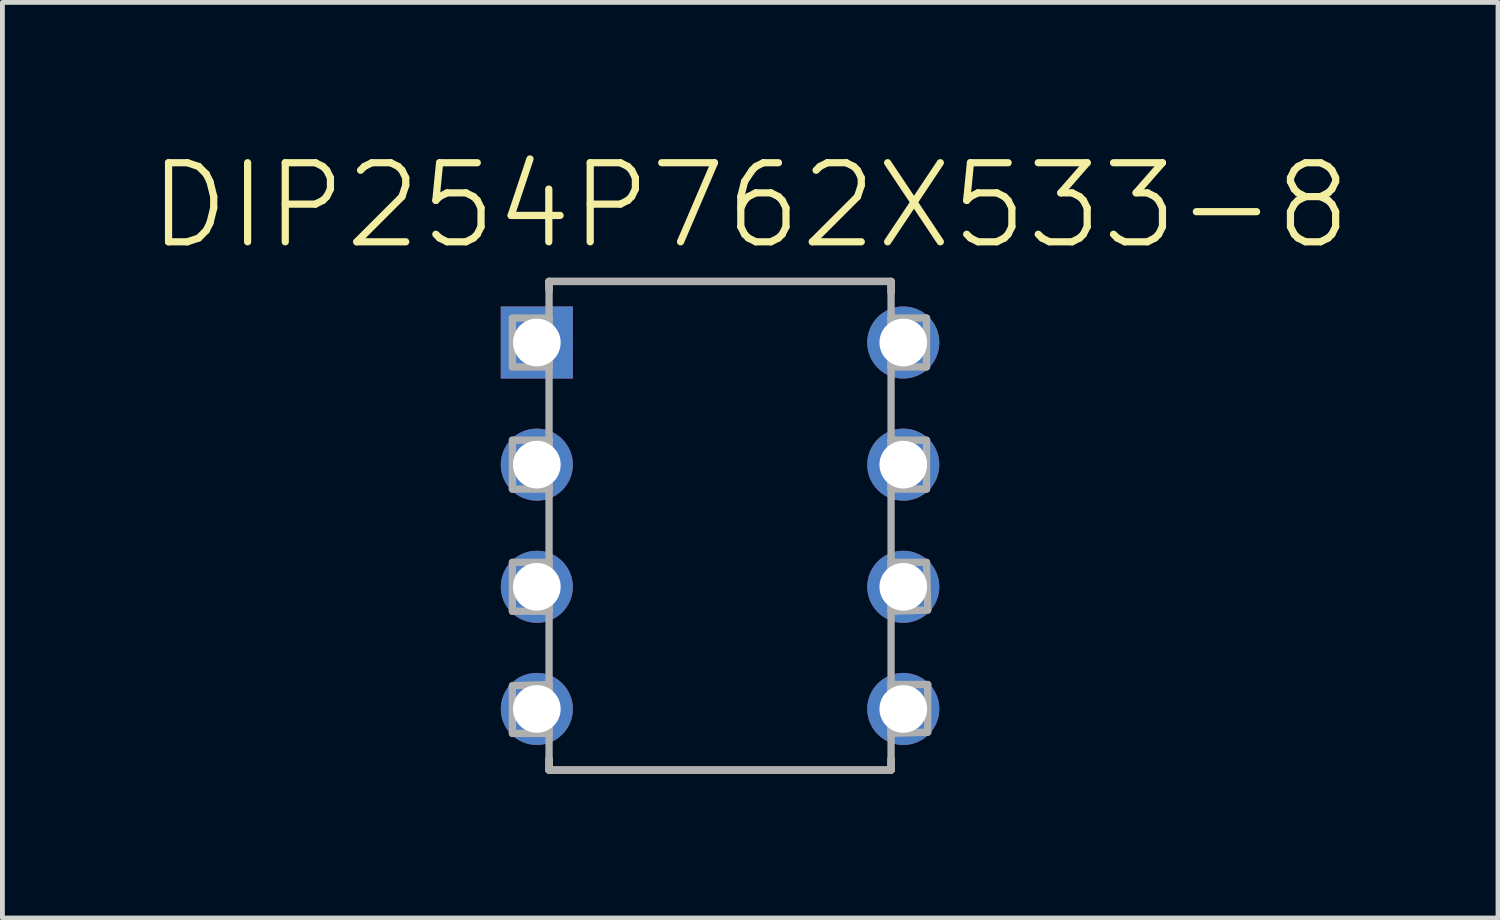
<source format=kicad_pcb>
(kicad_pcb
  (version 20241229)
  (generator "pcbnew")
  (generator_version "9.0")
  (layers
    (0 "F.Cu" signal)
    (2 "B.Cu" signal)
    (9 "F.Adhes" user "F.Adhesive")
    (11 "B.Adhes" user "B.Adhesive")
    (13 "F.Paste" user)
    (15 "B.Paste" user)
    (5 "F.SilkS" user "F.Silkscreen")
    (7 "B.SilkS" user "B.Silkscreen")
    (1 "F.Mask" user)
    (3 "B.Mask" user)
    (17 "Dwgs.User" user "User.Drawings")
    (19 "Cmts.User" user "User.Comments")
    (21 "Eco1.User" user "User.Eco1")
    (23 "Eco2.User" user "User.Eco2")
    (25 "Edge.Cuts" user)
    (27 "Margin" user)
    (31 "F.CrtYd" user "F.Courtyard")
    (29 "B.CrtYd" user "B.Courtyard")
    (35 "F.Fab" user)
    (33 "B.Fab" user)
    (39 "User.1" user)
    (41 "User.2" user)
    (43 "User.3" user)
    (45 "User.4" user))
  (footprint "DIP254P762X533-8"
    (layer "F.Cu")
    (at 15.733 11.692)
    (property "Reference" "DIP254P762X533-8" (at -3.183 -10.467 0) (layer "F.SilkS") (effects (font (size 1.644 1.644) (thickness 0.15))))
    (attr through_hole)
    (fp_line (start -7.366 -8.89) (end -7.366 -8.712) (stroke (width 0.152) (type solid)) (layer "F.SilkS"))
    (fp_line (start -7.366 1.041) (end -7.366 1.27) (stroke (width 0.152) (type solid)) (layer "F.SilkS"))
    (fp_line (start -7.366 1.27) (end -0.254 1.27) (stroke (width 0.152) (type solid)) (layer "F.SilkS"))
    (fp_line (start -0.254 -8.89) (end -7.366 -8.89) (stroke (width 0.152) (type solid)) (layer "F.SilkS"))
    (fp_line (start -0.254 -8.661) (end -0.254 -8.89) (stroke (width 0.152) (type solid)) (layer "F.SilkS"))
    (fp_line (start -0.254 1.27) (end -0.254 1.041) (stroke (width 0.152) (type solid)) (layer "F.SilkS"))
    (fp_line (start -8.128 -8.128) (end -8.128 -7.112) (stroke (width 0.152) (type solid)) (layer "F.Fab"))
    (fp_line (start -8.128 -7.112) (end -7.366 -7.112) (stroke (width 0.152) (type solid)) (layer "F.Fab"))
    (fp_line (start -8.128 -5.588) (end -8.128 -4.572) (stroke (width 0.152) (type solid)) (layer "F.Fab"))
    (fp_line (start -8.128 -4.572) (end -7.366 -4.572) (stroke (width 0.152) (type solid)) (layer "F.Fab"))
    (fp_line (start -8.128 -3.048) (end -8.128 -2.032) (stroke (width 0.152) (type solid)) (layer "F.Fab"))
    (fp_line (start -8.128 -2.032) (end -7.366 -2.032) (stroke (width 0.152) (type solid)) (layer "F.Fab"))
    (fp_line (start -8.128 -0.483) (end -8.128 0.508) (stroke (width 0.152) (type solid)) (layer "F.Fab"))
    (fp_line (start -8.128 0.508) (end -7.366 0.508) (stroke (width 0.152) (type solid)) (layer "F.Fab"))
    (fp_line (start -7.366 -8.89) (end -7.366 1.27) (stroke (width 0.152) (type solid)) (layer "F.Fab"))
    (fp_line (start -7.366 -8.128) (end -8.128 -8.128) (stroke (width 0.152) (type solid)) (layer "F.Fab"))
    (fp_line (start -7.366 -7.112) (end -7.366 -8.128) (stroke (width 0.152) (type solid)) (layer "F.Fab"))
    (fp_line (start -7.366 -5.588) (end -8.128 -5.588) (stroke (width 0.152) (type solid)) (layer "F.Fab"))
    (fp_line (start -7.366 -4.572) (end -7.366 -5.588) (stroke (width 0.152) (type solid)) (layer "F.Fab"))
    (fp_line (start -7.366 -3.048) (end -8.128 -3.048) (stroke (width 0.152) (type solid)) (layer "F.Fab"))
    (fp_line (start -7.366 -2.032) (end -7.366 -3.048) (stroke (width 0.152) (type solid)) (layer "F.Fab"))
    (fp_line (start -7.366 -0.508) (end -8.128 -0.483) (stroke (width 0.152) (type solid)) (layer "F.Fab"))
    (fp_line (start -7.366 0.508) (end -7.366 -0.508) (stroke (width 0.152) (type solid)) (layer "F.Fab"))
    (fp_line (start -7.366 1.27) (end -0.254 1.27) (stroke (width 0.152) (type solid)) (layer "F.Fab"))
    (fp_line (start -0.254 -8.89) (end -7.366 -8.89) (stroke (width 0.152) (type solid)) (layer "F.Fab"))
    (fp_line (start -0.254 -8.128) (end -0.254 -7.112) (stroke (width 0.152) (type solid)) (layer "F.Fab"))
    (fp_line (start -0.254 -7.112) (end 0.483 -7.112) (stroke (width 0.152) (type solid)) (layer "F.Fab"))
    (fp_line (start -0.254 -5.588) (end -0.254 -4.572) (stroke (width 0.152) (type solid)) (layer "F.Fab"))
    (fp_line (start -0.254 -4.572) (end 0.483 -4.572) (stroke (width 0.152) (type solid)) (layer "F.Fab"))
    (fp_line (start -0.254 -3.048) (end -0.254 -2.032) (stroke (width 0.152) (type solid)) (layer "F.Fab"))
    (fp_line (start -0.254 -2.032) (end 0.508 -2.057) (stroke (width 0.152) (type solid)) (layer "F.Fab"))
    (fp_line (start -0.254 -0.508) (end -0.254 0.508) (stroke (width 0.152) (type solid)) (layer "F.Fab"))
    (fp_line (start -0.254 0.508) (end 0.508 0.483) (stroke (width 0.152) (type solid)) (layer "F.Fab"))
    (fp_line (start -0.254 1.27) (end -0.254 -8.89) (stroke (width 0.152) (type solid)) (layer "F.Fab"))
    (fp_line (start 0.483 -8.128) (end -0.254 -8.128) (stroke (width 0.152) (type solid)) (layer "F.Fab"))
    (fp_line (start 0.483 -7.112) (end 0.483 -8.128) (stroke (width 0.152) (type solid)) (layer "F.Fab"))
    (fp_line (start 0.483 -5.588) (end -0.254 -5.588) (stroke (width 0.152) (type solid)) (layer "F.Fab"))
    (fp_line (start 0.483 -4.572) (end 0.483 -5.588) (stroke (width 0.152) (type solid)) (layer "F.Fab"))
    (fp_line (start 0.483 -3.048) (end -0.254 -3.048) (stroke (width 0.152) (type solid)) (layer "F.Fab"))
    (fp_line (start 0.508 -2.057) (end 0.483 -3.048) (stroke (width 0.152) (type solid)) (layer "F.Fab"))
    (fp_line (start 0.508 -0.508) (end -0.254 -0.508) (stroke (width 0.152) (type solid)) (layer "F.Fab"))
    (fp_line (start 0.508 0.483) (end 0.508 -0.508) (stroke (width 0.152) (type solid)) (layer "F.Fab"))
    (pad "1" thru_hole rect (at -7.62 -7.62) (size 1.499 1.499) (drill 0.991) (layers "*.Cu" "*.Mask"))
    (pad "2" thru_hole circle (at -7.62 -5.08) (size 1.499 1.499) (drill 0.991) (layers "*.Cu" "*.Mask"))
    (pad "3" thru_hole circle (at -7.62 -2.54) (size 1.499 1.499) (drill 0.991) (layers "*.Cu" "*.Mask"))
    (pad "4" thru_hole circle (at -7.62 0) (size 1.499 1.499) (drill 0.991) (layers "*.Cu" "*.Mask"))
    (pad "5" thru_hole circle (at 0 0) (size 1.499 1.499) (drill 0.991) (layers "*.Cu" "*.Mask"))
    (pad "6" thru_hole circle (at 0 -2.54) (size 1.499 1.499) (drill 0.991) (layers "*.Cu" "*.Mask"))
    (pad "7" thru_hole circle (at 0 -5.08) (size 1.499 1.499) (drill 0.991) (layers "*.Cu" "*.Mask"))
    (pad "8" thru_hole circle (at 0 -7.62) (size 1.499 1.499) (drill 0.991) (layers "*.Cu" "*.Mask")))
  (gr_rect
    (start -3 -3)
    (end 28.1 16.039)
    (stroke (width 0.1) (type default))
    (fill no)
    (layer "Edge.Cuts")))
</source>
